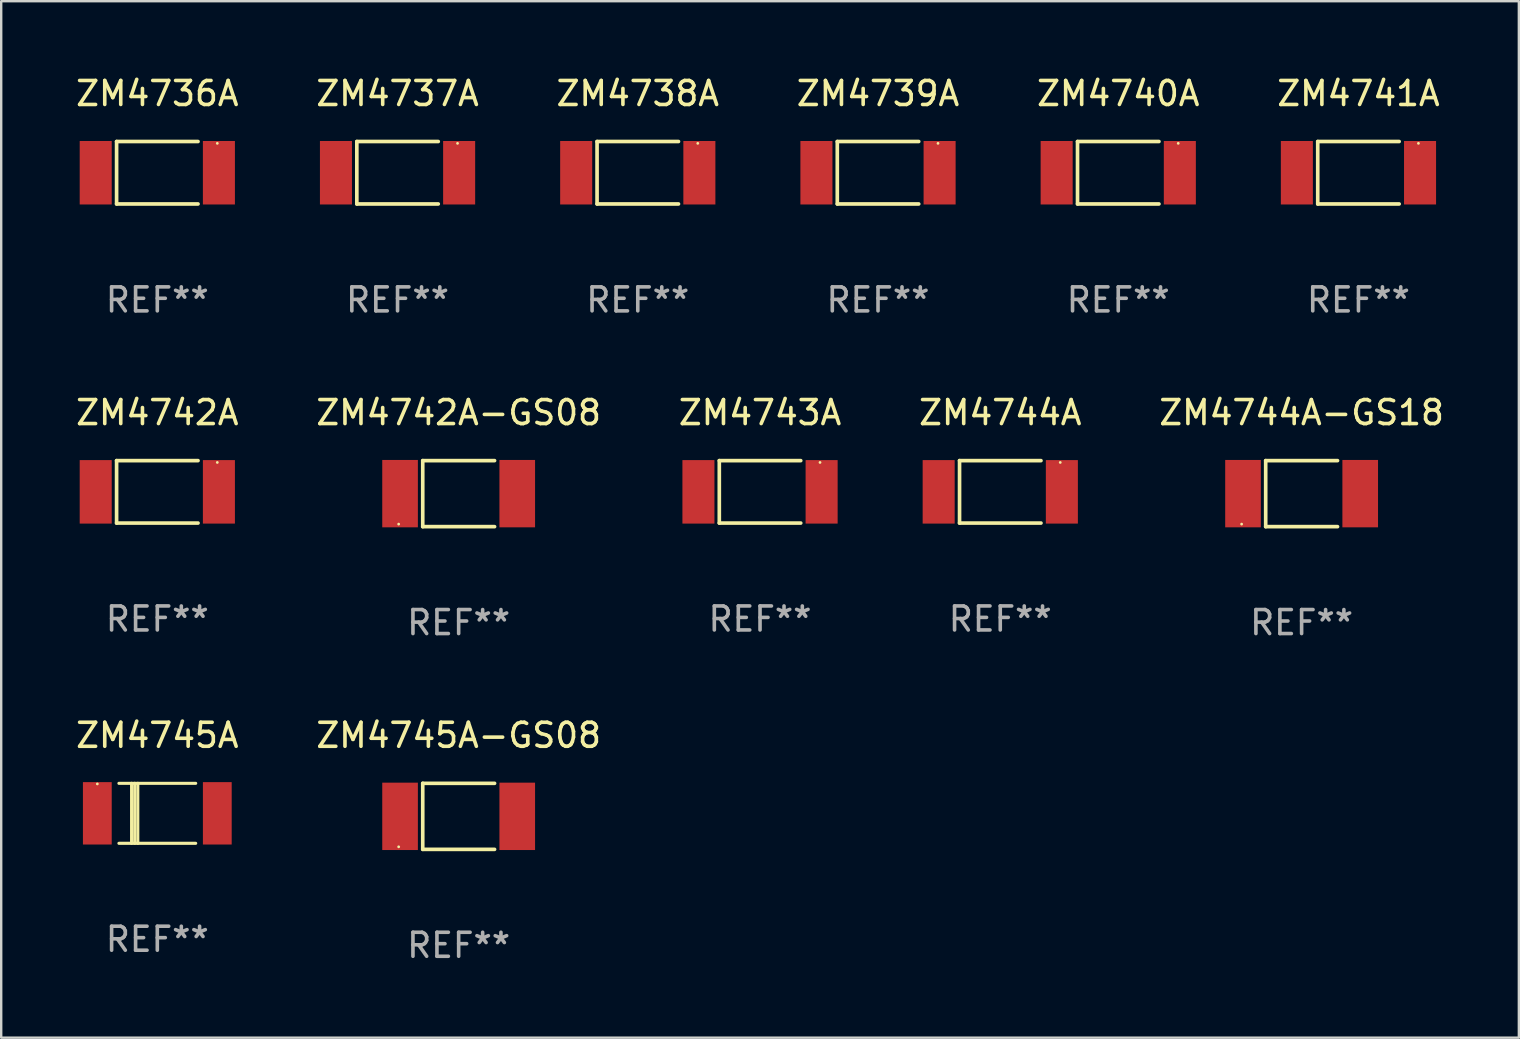
<source format=kicad_pcb>
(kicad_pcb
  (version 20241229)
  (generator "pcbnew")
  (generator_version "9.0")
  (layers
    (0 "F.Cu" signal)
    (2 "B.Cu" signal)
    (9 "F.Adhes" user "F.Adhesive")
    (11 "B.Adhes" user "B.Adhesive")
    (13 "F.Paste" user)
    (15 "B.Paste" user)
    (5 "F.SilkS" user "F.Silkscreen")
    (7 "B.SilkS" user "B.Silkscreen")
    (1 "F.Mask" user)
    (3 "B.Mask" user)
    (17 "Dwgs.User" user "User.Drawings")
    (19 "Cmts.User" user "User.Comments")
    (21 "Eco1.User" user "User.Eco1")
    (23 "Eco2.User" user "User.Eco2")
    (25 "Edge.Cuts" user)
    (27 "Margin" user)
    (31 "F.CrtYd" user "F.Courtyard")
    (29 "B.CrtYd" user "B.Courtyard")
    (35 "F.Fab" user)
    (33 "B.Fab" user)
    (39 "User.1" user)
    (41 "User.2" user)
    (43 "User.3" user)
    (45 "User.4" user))
  (footprint "ZM4741A"
    (layer "F.Cu")
    (at 53.565 4.149)
    (property "Reference" "ZM4741A" (at 0 -3.301 0) (layer "F.SilkS") (effects (font (size 1 1) (thickness 0.15))))
    (attr through_hole)
    (fp_line (start -1.697 -1.301) (end -1.697 1.301) (stroke (width 0.152) (type solid)) (layer "F.SilkS"))
    (fp_line (start -1.697 -1.301) (end 1.697 -1.301) (stroke (width 0.152) (type solid)) (layer "F.SilkS"))
    (fp_line (start -1.697 1.301) (end 1.697 1.301) (stroke (width 0.152) (type solid)) (layer "F.SilkS"))
    (fp_circle (center 2.5 -1.225) (end 2.53 -1.225) (stroke (width 0.06) (type solid)) (fill no) (layer "F.SilkS"))
    (fp_text user "REF**" (at 0 5.301 0) (layer "F.Fab") (effects (font (size 1 1) (thickness 0.15))))
    (pad "1" smd rect (at 2.567 0) (size 1.335 2.646) (layers "F.Cu" "F.Mask" "F.Paste"))
    (pad "2" smd rect (at -2.567 0) (size 1.335 2.646) (layers "F.Cu" "F.Mask" "F.Paste")))
  (footprint "ZM4739A"
    (layer "F.Cu")
    (at 33.542 4.149)
    (property "Reference" "ZM4739A" (at 0 -3.301 0) (layer "F.SilkS") (effects (font (size 1 1) (thickness 0.15))))
    (attr through_hole)
    (fp_line (start -1.697 -1.301) (end -1.697 1.301) (stroke (width 0.152) (type solid)) (layer "F.SilkS"))
    (fp_line (start -1.697 -1.301) (end 1.697 -1.301) (stroke (width 0.152) (type solid)) (layer "F.SilkS"))
    (fp_line (start -1.697 1.301) (end 1.697 1.301) (stroke (width 0.152) (type solid)) (layer "F.SilkS"))
    (fp_circle (center 2.5 -1.225) (end 2.53 -1.225) (stroke (width 0.06) (type solid)) (fill no) (layer "F.SilkS"))
    (fp_text user "REF**" (at 0 5.301 0) (layer "F.Fab") (effects (font (size 1 1) (thickness 0.15))))
    (pad "1" smd rect (at 2.567 0) (size 1.335 2.646) (layers "F.Cu" "F.Mask" "F.Paste"))
    (pad "2" smd rect (at -2.567 0) (size 1.335 2.646) (layers "F.Cu" "F.Mask" "F.Paste")))
  (footprint "ZM4742A-GS08"
    (layer "F.Cu")
    (at 16.065 17.523)
    (property "Reference" "ZM4742A-GS08" (at 0 -3.376 0) (layer "F.SilkS") (effects (font (size 1 1) (thickness 0.15))))
    (attr through_hole)
    (fp_line (start -1.497 -1.376) (end -1.497 1.376) (stroke (width 0.152) (type solid)) (layer "F.SilkS"))
    (fp_line (start -1.497 -1.376) (end 1.497 -1.376) (stroke (width 0.152) (type solid)) (layer "F.SilkS"))
    (fp_line (start -1.497 1.376) (end 1.497 1.376) (stroke (width 0.152) (type solid)) (layer "F.SilkS"))
    (fp_circle (center -2.5 1.27) (end -2.47 1.27) (stroke (width 0.06) (type solid)) (fill no) (layer "F.SilkS"))
    (fp_text user "REF**" (at 0 5.376 0) (layer "F.Fab") (effects (font (size 1 1) (thickness 0.15))))
    (pad "1" smd rect (at -2.442 0 180) (size 1.485 2.808) (layers "F.Cu" "F.Mask" "F.Paste"))
    (pad "2" smd rect (at 2.442 0 180) (size 1.485 2.808) (layers "F.Cu" "F.Mask" "F.Paste")))
  (footprint "ZM4744A-GS18"
    (layer "F.Cu")
    (at 51.196 17.523)
    (property "Reference" "ZM4744A-GS18" (at 0 -3.376 0) (layer "F.SilkS") (effects (font (size 1 1) (thickness 0.15))))
    (attr through_hole)
    (fp_line (start -1.497 -1.376) (end -1.497 1.376) (stroke (width 0.152) (type solid)) (layer "F.SilkS"))
    (fp_line (start -1.497 -1.376) (end 1.497 -1.376) (stroke (width 0.152) (type solid)) (layer "F.SilkS"))
    (fp_line (start -1.497 1.376) (end 1.497 1.376) (stroke (width 0.152) (type solid)) (layer "F.SilkS"))
    (fp_circle (center -2.5 1.27) (end -2.47 1.27) (stroke (width 0.06) (type solid)) (fill no) (layer "F.SilkS"))
    (fp_text user "REF**" (at 0 5.376 0) (layer "F.Fab") (effects (font (size 1 1) (thickness 0.15))))
    (pad "1" smd rect (at -2.442 0 180) (size 1.485 2.808) (layers "F.Cu" "F.Mask" "F.Paste"))
    (pad "2" smd rect (at 2.442 0 180) (size 1.485 2.808) (layers "F.Cu" "F.Mask" "F.Paste")))
  (footprint "ZM4742A"
    (layer "F.Cu")
    (at 3.506 17.448)
    (property "Reference" "ZM4742A" (at 0 -3.301 0) (layer "F.SilkS") (effects (font (size 1 1) (thickness 0.15))))
    (attr through_hole)
    (fp_line (start -1.697 -1.301) (end -1.697 1.301) (stroke (width 0.152) (type solid)) (layer "F.SilkS"))
    (fp_line (start -1.697 -1.301) (end 1.697 -1.301) (stroke (width 0.152) (type solid)) (layer "F.SilkS"))
    (fp_line (start -1.697 1.301) (end 1.697 1.301) (stroke (width 0.152) (type solid)) (layer "F.SilkS"))
    (fp_circle (center 2.5 -1.225) (end 2.53 -1.225) (stroke (width 0.06) (type solid)) (fill no) (layer "F.SilkS"))
    (fp_text user "REF**" (at 0 5.301 0) (layer "F.Fab") (effects (font (size 1 1) (thickness 0.15))))
    (pad "1" smd rect (at 2.567 0) (size 1.335 2.646) (layers "F.Cu" "F.Mask" "F.Paste"))
    (pad "2" smd rect (at -2.567 0) (size 1.335 2.646) (layers "F.Cu" "F.Mask" "F.Paste")))
  (footprint "ZM4745A"
    (layer "F.Cu")
    (at 3.506 30.846)
    (property "Reference" "ZM4745A" (at 0 -3.25 0) (layer "F.SilkS") (effects (font (size 1 1) (thickness 0.15))))
    (attr through_hole)
    (fp_line (start -1.6 -1.25) (end 1.6 -1.25) (stroke (width 0.129) (type solid)) (layer "F.SilkS"))
    (fp_line (start -1.6 1.25) (end 1.6 1.25) (stroke (width 0.129) (type solid)) (layer "F.SilkS"))
    (fp_line (start -1.072 -1.25) (end -1.072 1.25) (stroke (width 0.129) (type solid)) (layer "F.SilkS"))
    (fp_line (start -0.942 -1.25) (end -0.942 1.25) (stroke (width 0.129) (type solid)) (layer "F.SilkS"))
    (fp_line (start -0.813 -1.25) (end -0.813 1.25) (stroke (width 0.129) (type solid)) (layer "F.SilkS"))
    (fp_circle (center -2.5 -1.225) (end -2.47 -1.225) (stroke (width 0.06) (type solid)) (fill no) (layer "F.SilkS"))
    (fp_text user "REF**" (at 0 5.25 0) (layer "F.Fab") (effects (font (size 1 1) (thickness 0.15))))
    (pad "1" smd rect (at -2.5 0 180) (size 1.2 2.6) (layers "F.Cu" "F.Mask" "F.Paste"))
    (pad "2" smd rect (at 2.5 0 180) (size 1.2 2.6) (layers "F.Cu" "F.Mask" "F.Paste")))
  (footprint "ZM4737A"
    (layer "F.Cu")
    (at 13.518 4.149)
    (property "Reference" "ZM4737A" (at 0 -3.301 0) (layer "F.SilkS") (effects (font (size 1 1) (thickness 0.15))))
    (attr through_hole)
    (fp_line (start -1.697 -1.301) (end -1.697 1.301) (stroke (width 0.152) (type solid)) (layer "F.SilkS"))
    (fp_line (start -1.697 -1.301) (end 1.697 -1.301) (stroke (width 0.152) (type solid)) (layer "F.SilkS"))
    (fp_line (start -1.697 1.301) (end 1.697 1.301) (stroke (width 0.152) (type solid)) (layer "F.SilkS"))
    (fp_circle (center 2.5 -1.225) (end 2.53 -1.225) (stroke (width 0.06) (type solid)) (fill no) (layer "F.SilkS"))
    (fp_text user "REF**" (at 0 5.301 0) (layer "F.Fab") (effects (font (size 1 1) (thickness 0.15))))
    (pad "1" smd rect (at 2.567 0) (size 1.335 2.646) (layers "F.Cu" "F.Mask" "F.Paste"))
    (pad "2" smd rect (at -2.567 0) (size 1.335 2.646) (layers "F.Cu" "F.Mask" "F.Paste")))
  (footprint "ZM4740A"
    (layer "F.Cu")
    (at 43.554 4.149)
    (property "Reference" "ZM4740A" (at 0 -3.301 0) (layer "F.SilkS") (effects (font (size 1 1) (thickness 0.15))))
    (attr through_hole)
    (fp_line (start -1.697 -1.301) (end -1.697 1.301) (stroke (width 0.152) (type solid)) (layer "F.SilkS"))
    (fp_line (start -1.697 -1.301) (end 1.697 -1.301) (stroke (width 0.152) (type solid)) (layer "F.SilkS"))
    (fp_line (start -1.697 1.301) (end 1.697 1.301) (stroke (width 0.152) (type solid)) (layer "F.SilkS"))
    (fp_circle (center 2.5 -1.225) (end 2.53 -1.225) (stroke (width 0.06) (type solid)) (fill no) (layer "F.SilkS"))
    (fp_text user "REF**" (at 0 5.301 0) (layer "F.Fab") (effects (font (size 1 1) (thickness 0.15))))
    (pad "1" smd rect (at 2.567 0) (size 1.335 2.646) (layers "F.Cu" "F.Mask" "F.Paste"))
    (pad "2" smd rect (at -2.567 0) (size 1.335 2.646) (layers "F.Cu" "F.Mask" "F.Paste")))
  (footprint "ZM4736A"
    (layer "F.Cu")
    (at 3.506 4.149)
    (property "Reference" "ZM4736A" (at 0 -3.301 0) (layer "F.SilkS") (effects (font (size 1 1) (thickness 0.15))))
    (attr through_hole)
    (fp_line (start -1.697 -1.301) (end -1.697 1.301) (stroke (width 0.152) (type solid)) (layer "F.SilkS"))
    (fp_line (start -1.697 -1.301) (end 1.697 -1.301) (stroke (width 0.152) (type solid)) (layer "F.SilkS"))
    (fp_line (start -1.697 1.301) (end 1.697 1.301) (stroke (width 0.152) (type solid)) (layer "F.SilkS"))
    (fp_circle (center 2.5 -1.225) (end 2.53 -1.225) (stroke (width 0.06) (type solid)) (fill no) (layer "F.SilkS"))
    (fp_text user "REF**" (at 0 5.301 0) (layer "F.Fab") (effects (font (size 1 1) (thickness 0.15))))
    (pad "1" smd rect (at 2.567 0) (size 1.335 2.646) (layers "F.Cu" "F.Mask" "F.Paste"))
    (pad "2" smd rect (at -2.567 0) (size 1.335 2.646) (layers "F.Cu" "F.Mask" "F.Paste")))
  (footprint "ZM4745A-GS08"
    (layer "F.Cu")
    (at 16.065 30.972)
    (property "Reference" "ZM4745A-GS08" (at 0 -3.376 0) (layer "F.SilkS") (effects (font (size 1 1) (thickness 0.15))))
    (attr through_hole)
    (fp_line (start -1.497 -1.376) (end -1.497 1.376) (stroke (width 0.152) (type solid)) (layer "F.SilkS"))
    (fp_line (start -1.497 -1.376) (end 1.497 -1.376) (stroke (width 0.152) (type solid)) (layer "F.SilkS"))
    (fp_line (start -1.497 1.376) (end 1.497 1.376) (stroke (width 0.152) (type solid)) (layer "F.SilkS"))
    (fp_circle (center -2.5 1.27) (end -2.47 1.27) (stroke (width 0.06) (type solid)) (fill no) (layer "F.SilkS"))
    (fp_text user "REF**" (at 0 5.376 0) (layer "F.Fab") (effects (font (size 1 1) (thickness 0.15))))
    (pad "1" smd rect (at -2.442 0 180) (size 1.485 2.808) (layers "F.Cu" "F.Mask" "F.Paste"))
    (pad "2" smd rect (at 2.442 0 180) (size 1.485 2.808) (layers "F.Cu" "F.Mask" "F.Paste")))
  (footprint "ZM4743A"
    (layer "F.Cu")
    (at 28.625 17.448)
    (property "Reference" "ZM4743A" (at 0 -3.301 0) (layer "F.SilkS") (effects (font (size 1 1) (thickness 0.15))))
    (attr through_hole)
    (fp_line (start -1.697 -1.301) (end -1.697 1.301) (stroke (width 0.152) (type solid)) (layer "F.SilkS"))
    (fp_line (start -1.697 -1.301) (end 1.697 -1.301) (stroke (width 0.152) (type solid)) (layer "F.SilkS"))
    (fp_line (start -1.697 1.301) (end 1.697 1.301) (stroke (width 0.152) (type solid)) (layer "F.SilkS"))
    (fp_circle (center 2.5 -1.225) (end 2.53 -1.225) (stroke (width 0.06) (type solid)) (fill no) (layer "F.SilkS"))
    (fp_text user "REF**" (at 0 5.301 0) (layer "F.Fab") (effects (font (size 1 1) (thickness 0.15))))
    (pad "1" smd rect (at 2.567 0) (size 1.335 2.646) (layers "F.Cu" "F.Mask" "F.Paste"))
    (pad "2" smd rect (at -2.567 0) (size 1.335 2.646) (layers "F.Cu" "F.Mask" "F.Paste")))
  (footprint "ZM4738A"
    (layer "F.Cu")
    (at 23.53 4.149)
    (property "Reference" "ZM4738A" (at 0 -3.301 0) (layer "F.SilkS") (effects (font (size 1 1) (thickness 0.15))))
    (attr through_hole)
    (fp_line (start -1.697 -1.301) (end -1.697 1.301) (stroke (width 0.152) (type solid)) (layer "F.SilkS"))
    (fp_line (start -1.697 -1.301) (end 1.697 -1.301) (stroke (width 0.152) (type solid)) (layer "F.SilkS"))
    (fp_line (start -1.697 1.301) (end 1.697 1.301) (stroke (width 0.152) (type solid)) (layer "F.SilkS"))
    (fp_circle (center 2.5 -1.225) (end 2.53 -1.225) (stroke (width 0.06) (type solid)) (fill no) (layer "F.SilkS"))
    (fp_text user "REF**" (at 0 5.301 0) (layer "F.Fab") (effects (font (size 1 1) (thickness 0.15))))
    (pad "1" smd rect (at 2.567 0) (size 1.335 2.646) (layers "F.Cu" "F.Mask" "F.Paste"))
    (pad "2" smd rect (at -2.567 0) (size 1.335 2.646) (layers "F.Cu" "F.Mask" "F.Paste")))
  (footprint "ZM4744A"
    (layer "F.Cu")
    (at 38.637 17.448)
    (property "Reference" "ZM4744A" (at 0 -3.301 0) (layer "F.SilkS") (effects (font (size 1 1) (thickness 0.15))))
    (attr through_hole)
    (fp_line (start -1.697 -1.301) (end -1.697 1.301) (stroke (width 0.152) (type solid)) (layer "F.SilkS"))
    (fp_line (start -1.697 -1.301) (end 1.697 -1.301) (stroke (width 0.152) (type solid)) (layer "F.SilkS"))
    (fp_line (start -1.697 1.301) (end 1.697 1.301) (stroke (width 0.152) (type solid)) (layer "F.SilkS"))
    (fp_circle (center 2.5 -1.225) (end 2.53 -1.225) (stroke (width 0.06) (type solid)) (fill no) (layer "F.SilkS"))
    (fp_text user "REF**" (at 0 5.301 0) (layer "F.Fab") (effects (font (size 1 1) (thickness 0.15))))
    (pad "1" smd rect (at 2.567 0) (size 1.335 2.646) (layers "F.Cu" "F.Mask" "F.Paste"))
    (pad "2" smd rect (at -2.567 0) (size 1.335 2.646) (layers "F.Cu" "F.Mask" "F.Paste")))
  (gr_rect
    (start -3 -3)
    (end 60.25 40.197)
    (stroke (width 0.1) (type default))
    (fill no)
    (layer "Edge.Cuts")))
</source>
